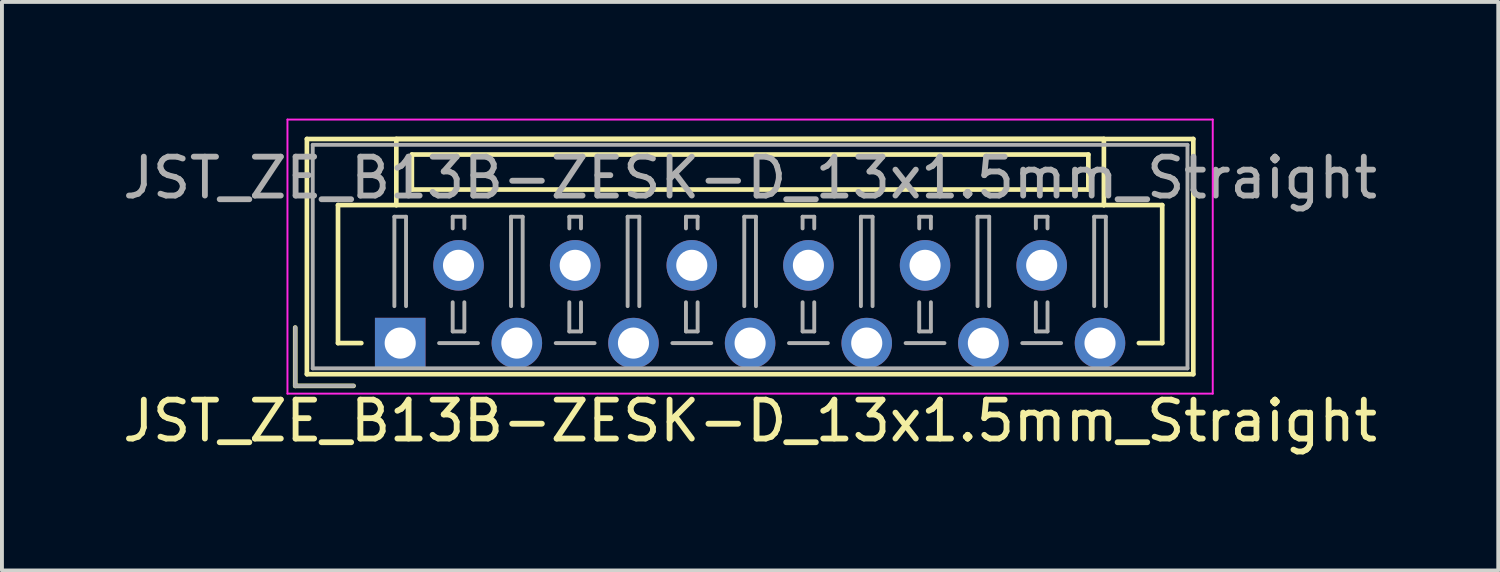
<source format=kicad_pcb>
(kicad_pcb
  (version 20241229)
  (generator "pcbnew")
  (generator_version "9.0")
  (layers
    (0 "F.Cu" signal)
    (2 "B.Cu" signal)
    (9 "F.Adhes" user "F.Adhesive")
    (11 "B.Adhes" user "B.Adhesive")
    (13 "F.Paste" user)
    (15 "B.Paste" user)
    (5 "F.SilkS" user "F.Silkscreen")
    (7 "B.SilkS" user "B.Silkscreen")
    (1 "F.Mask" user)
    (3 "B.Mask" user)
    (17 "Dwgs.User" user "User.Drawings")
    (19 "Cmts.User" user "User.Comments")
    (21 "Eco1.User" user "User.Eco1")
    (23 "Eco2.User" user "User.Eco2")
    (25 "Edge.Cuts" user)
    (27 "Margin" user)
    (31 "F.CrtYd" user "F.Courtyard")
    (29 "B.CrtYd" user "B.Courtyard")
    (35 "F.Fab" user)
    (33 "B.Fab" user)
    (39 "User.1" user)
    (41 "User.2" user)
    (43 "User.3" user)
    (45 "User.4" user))
  (footprint "JST_ZE_B13B-ZESK-D_13x1.5mm_Straight"
    (layer "F.Cu")
    (at 7.244 5.775)
    (property "Reference" "JST_ZE_B13B-ZESK-D_13x1.5mm_Straight" (at 9 2 0) (layer "F.SilkS") (effects (font (size 1 1) (thickness 0.15))))
    (attr through_hole)
    (fp_line (start -2.7 -0.4) (end -2.7 1.1) (stroke (width 0.12) (type solid)) (layer "F.SilkS"))
    (fp_line (start -2.7 1.1) (end -1.2 1.1) (stroke (width 0.12) (type solid)) (layer "F.SilkS"))
    (fp_line (start -2.4 -5.25) (end -2.4 0.8) (stroke (width 0.12) (type solid)) (layer "F.SilkS"))
    (fp_line (start -2.4 0.8) (end 20.4 0.8) (stroke (width 0.12) (type solid)) (layer "F.SilkS"))
    (fp_line (start -1.6 -3.55) (end -1.6 0) (stroke (width 0.12) (type solid)) (layer "F.SilkS"))
    (fp_line (start -1.6 0) (end -1 0) (stroke (width 0.12) (type solid)) (layer "F.SilkS"))
    (fp_line (start -0.1 -5.25) (end -0.1 -3.55) (stroke (width 0.12) (type solid)) (layer "F.SilkS"))
    (fp_line (start -0.1 -3.55) (end -1.6 -3.55) (stroke (width 0.12) (type solid)) (layer "F.SilkS"))
    (fp_line (start -0.1 -3.55) (end 18.1 -3.55) (stroke (width 0.12) (type solid)) (layer "F.SilkS"))
    (fp_line (start 0.3 -4.85) (end 0.3 -3.95) (stroke (width 0.12) (type solid)) (layer "F.SilkS"))
    (fp_line (start 0.3 -3.95) (end 17.7 -3.95) (stroke (width 0.12) (type solid)) (layer "F.SilkS"))
    (fp_line (start 17.7 -4.85) (end 0.3 -4.85) (stroke (width 0.12) (type solid)) (layer "F.SilkS"))
    (fp_line (start 17.7 -3.95) (end 17.7 -4.85) (stroke (width 0.12) (type solid)) (layer "F.SilkS"))
    (fp_line (start 18.1 -5.25) (end -0.1 -5.25) (stroke (width 0.12) (type solid)) (layer "F.SilkS"))
    (fp_line (start 18.1 -3.55) (end 18.1 -5.25) (stroke (width 0.12) (type solid)) (layer "F.SilkS"))
    (fp_line (start 18.1 -3.55) (end 19.6 -3.55) (stroke (width 0.12) (type solid)) (layer "F.SilkS"))
    (fp_line (start 19.6 -3.55) (end 19.6 0) (stroke (width 0.12) (type solid)) (layer "F.SilkS"))
    (fp_line (start 19.6 0) (end 19 0) (stroke (width 0.12) (type solid)) (layer "F.SilkS"))
    (fp_line (start 20.4 -5.25) (end -2.4 -5.25) (stroke (width 0.12) (type solid)) (layer "F.SilkS"))
    (fp_line (start 20.4 0.8) (end 20.4 -5.25) (stroke (width 0.12) (type solid)) (layer "F.SilkS"))
    (fp_line (start -2.9 -5.75) (end -2.9 1.3) (stroke (width 0.05) (type solid)) (layer "F.CrtYd"))
    (fp_line (start -2.9 1.3) (end 20.9 1.3) (stroke (width 0.05) (type solid)) (layer "F.CrtYd"))
    (fp_line (start 20.9 -5.75) (end -2.9 -5.75) (stroke (width 0.05) (type solid)) (layer "F.CrtYd"))
    (fp_line (start 20.9 1.3) (end 20.9 -5.75) (stroke (width 0.05) (type solid)) (layer "F.CrtYd"))
    (fp_line (start -2.7 -0.4) (end -2.7 1.1) (stroke (width 0.1) (type solid)) (layer "F.Fab"))
    (fp_line (start -2.7 1.1) (end -1.2 1.1) (stroke (width 0.1) (type solid)) (layer "F.Fab"))
    (fp_line (start -2.25 -5.1) (end -2.25 0.65) (stroke (width 0.1) (type solid)) (layer "F.Fab"))
    (fp_line (start -2.25 0.65) (end 20.25 0.65) (stroke (width 0.1) (type solid)) (layer "F.Fab"))
    (fp_line (start -0.15 -3.25) (end 0.15 -3.25) (stroke (width 0.1) (type solid)) (layer "F.Fab"))
    (fp_line (start -0.15 -0.95) (end -0.15 -3.25) (stroke (width 0.1) (type solid)) (layer "F.Fab"))
    (fp_line (start 0.15 -3.25) (end 0.15 -0.95) (stroke (width 0.1) (type solid)) (layer "F.Fab"))
    (fp_line (start 1 0) (end 2 0) (stroke (width 0.1) (type solid)) (layer "F.Fab"))
    (fp_line (start 1.35 -3.25) (end 1.65 -3.25) (stroke (width 0.1) (type solid)) (layer "F.Fab"))
    (fp_line (start 1.35 -2.95) (end 1.35 -3.25) (stroke (width 0.1) (type solid)) (layer "F.Fab"))
    (fp_line (start 1.35 -1.05) (end 1.35 -0.3) (stroke (width 0.1) (type solid)) (layer "F.Fab"))
    (fp_line (start 1.35 -0.3) (end 1.65 -0.3) (stroke (width 0.1) (type solid)) (layer "F.Fab"))
    (fp_line (start 1.65 -3.25) (end 1.65 -2.95) (stroke (width 0.1) (type solid)) (layer "F.Fab"))
    (fp_line (start 1.65 -0.3) (end 1.65 -1.05) (stroke (width 0.1) (type solid)) (layer "F.Fab"))
    (fp_line (start 2.85 -3.25) (end 3.15 -3.25) (stroke (width 0.1) (type solid)) (layer "F.Fab"))
    (fp_line (start 2.85 -0.95) (end 2.85 -3.25) (stroke (width 0.1) (type solid)) (layer "F.Fab"))
    (fp_line (start 3.15 -3.25) (end 3.15 -0.95) (stroke (width 0.1) (type solid)) (layer "F.Fab"))
    (fp_line (start 4 0) (end 5 0) (stroke (width 0.1) (type solid)) (layer "F.Fab"))
    (fp_line (start 4.35 -3.25) (end 4.65 -3.25) (stroke (width 0.1) (type solid)) (layer "F.Fab"))
    (fp_line (start 4.35 -2.95) (end 4.35 -3.25) (stroke (width 0.1) (type solid)) (layer "F.Fab"))
    (fp_line (start 4.35 -1.05) (end 4.35 -0.3) (stroke (width 0.1) (type solid)) (layer "F.Fab"))
    (fp_line (start 4.35 -0.3) (end 4.65 -0.3) (stroke (width 0.1) (type solid)) (layer "F.Fab"))
    (fp_line (start 4.65 -3.25) (end 4.65 -2.95) (stroke (width 0.1) (type solid)) (layer "F.Fab"))
    (fp_line (start 4.65 -0.3) (end 4.65 -1.05) (stroke (width 0.1) (type solid)) (layer "F.Fab"))
    (fp_line (start 5.85 -3.25) (end 6.15 -3.25) (stroke (width 0.1) (type solid)) (layer "F.Fab"))
    (fp_line (start 5.85 -0.95) (end 5.85 -3.25) (stroke (width 0.1) (type solid)) (layer "F.Fab"))
    (fp_line (start 6.15 -3.25) (end 6.15 -0.95) (stroke (width 0.1) (type solid)) (layer "F.Fab"))
    (fp_line (start 7 0) (end 8 0) (stroke (width 0.1) (type solid)) (layer "F.Fab"))
    (fp_line (start 7.35 -3.25) (end 7.65 -3.25) (stroke (width 0.1) (type solid)) (layer "F.Fab"))
    (fp_line (start 7.35 -2.95) (end 7.35 -3.25) (stroke (width 0.1) (type solid)) (layer "F.Fab"))
    (fp_line (start 7.35 -1.05) (end 7.35 -0.3) (stroke (width 0.1) (type solid)) (layer "F.Fab"))
    (fp_line (start 7.35 -0.3) (end 7.65 -0.3) (stroke (width 0.1) (type solid)) (layer "F.Fab"))
    (fp_line (start 7.65 -3.25) (end 7.65 -2.95) (stroke (width 0.1) (type solid)) (layer "F.Fab"))
    (fp_line (start 7.65 -0.3) (end 7.65 -1.05) (stroke (width 0.1) (type solid)) (layer "F.Fab"))
    (fp_line (start 8.85 -3.25) (end 9.15 -3.25) (stroke (width 0.1) (type solid)) (layer "F.Fab"))
    (fp_line (start 8.85 -0.95) (end 8.85 -3.25) (stroke (width 0.1) (type solid)) (layer "F.Fab"))
    (fp_line (start 9.15 -3.25) (end 9.15 -0.95) (stroke (width 0.1) (type solid)) (layer "F.Fab"))
    (fp_line (start 10 0) (end 11 0) (stroke (width 0.1) (type solid)) (layer "F.Fab"))
    (fp_line (start 10.35 -3.25) (end 10.65 -3.25) (stroke (width 0.1) (type solid)) (layer "F.Fab"))
    (fp_line (start 10.35 -2.95) (end 10.35 -3.25) (stroke (width 0.1) (type solid)) (layer "F.Fab"))
    (fp_line (start 10.35 -1.05) (end 10.35 -0.3) (stroke (width 0.1) (type solid)) (layer "F.Fab"))
    (fp_line (start 10.35 -0.3) (end 10.65 -0.3) (stroke (width 0.1) (type solid)) (layer "F.Fab"))
    (fp_line (start 10.65 -3.25) (end 10.65 -2.95) (stroke (width 0.1) (type solid)) (layer "F.Fab"))
    (fp_line (start 10.65 -0.3) (end 10.65 -1.05) (stroke (width 0.1) (type solid)) (layer "F.Fab"))
    (fp_line (start 11.85 -3.25) (end 12.15 -3.25) (stroke (width 0.1) (type solid)) (layer "F.Fab"))
    (fp_line (start 11.85 -0.95) (end 11.85 -3.25) (stroke (width 0.1) (type solid)) (layer "F.Fab"))
    (fp_line (start 12.15 -3.25) (end 12.15 -0.95) (stroke (width 0.1) (type solid)) (layer "F.Fab"))
    (fp_line (start 13 0) (end 14 0) (stroke (width 0.1) (type solid)) (layer "F.Fab"))
    (fp_line (start 13.35 -3.25) (end 13.65 -3.25) (stroke (width 0.1) (type solid)) (layer "F.Fab"))
    (fp_line (start 13.35 -2.95) (end 13.35 -3.25) (stroke (width 0.1) (type solid)) (layer "F.Fab"))
    (fp_line (start 13.35 -1.05) (end 13.35 -0.3) (stroke (width 0.1) (type solid)) (layer "F.Fab"))
    (fp_line (start 13.35 -0.3) (end 13.65 -0.3) (stroke (width 0.1) (type solid)) (layer "F.Fab"))
    (fp_line (start 13.65 -3.25) (end 13.65 -2.95) (stroke (width 0.1) (type solid)) (layer "F.Fab"))
    (fp_line (start 13.65 -0.3) (end 13.65 -1.05) (stroke (width 0.1) (type solid)) (layer "F.Fab"))
    (fp_line (start 14.85 -3.25) (end 15.15 -3.25) (stroke (width 0.1) (type solid)) (layer "F.Fab"))
    (fp_line (start 14.85 -0.95) (end 14.85 -3.25) (stroke (width 0.1) (type solid)) (layer "F.Fab"))
    (fp_line (start 15.15 -3.25) (end 15.15 -0.95) (stroke (width 0.1) (type solid)) (layer "F.Fab"))
    (fp_line (start 16 0) (end 17 0) (stroke (width 0.1) (type solid)) (layer "F.Fab"))
    (fp_line (start 16.35 -3.25) (end 16.65 -3.25) (stroke (width 0.1) (type solid)) (layer "F.Fab"))
    (fp_line (start 16.35 -2.95) (end 16.35 -3.25) (stroke (width 0.1) (type solid)) (layer "F.Fab"))
    (fp_line (start 16.35 -1.05) (end 16.35 -0.3) (stroke (width 0.1) (type solid)) (layer "F.Fab"))
    (fp_line (start 16.35 -0.3) (end 16.65 -0.3) (stroke (width 0.1) (type solid)) (layer "F.Fab"))
    (fp_line (start 16.65 -3.25) (end 16.65 -2.95) (stroke (width 0.1) (type solid)) (layer "F.Fab"))
    (fp_line (start 16.65 -0.3) (end 16.65 -1.05) (stroke (width 0.1) (type solid)) (layer "F.Fab"))
    (fp_line (start 17.85 -3.25) (end 18.15 -3.25) (stroke (width 0.1) (type solid)) (layer "F.Fab"))
    (fp_line (start 17.85 -0.95) (end 17.85 -3.25) (stroke (width 0.1) (type solid)) (layer "F.Fab"))
    (fp_line (start 18.15 -3.25) (end 18.15 -0.95) (stroke (width 0.1) (type solid)) (layer "F.Fab"))
    (fp_line (start 20.25 -5.1) (end -2.25 -5.1) (stroke (width 0.1) (type solid)) (layer "F.Fab"))
    (fp_line (start 20.25 0.65) (end 20.25 -5.1) (stroke (width 0.1) (type solid)) (layer "F.Fab"))
    (fp_text user "${REFERENCE}" (at 9 -4.25 0) (layer "F.Fab") (effects (font (size 1 1) (thickness 0.15))))
    (pad "1" thru_hole rect (at 0 0) (size 1.3 1.3) (drill 0.8) (layers "*.Cu" "*.Mask"))
    (pad "2" thru_hole circle (at 1.5 -2) (size 1.3 1.3) (drill 0.8) (layers "*.Cu" "*.Mask"))
    (pad "3" thru_hole circle (at 3 0) (size 1.3 1.3) (drill 0.8) (layers "*.Cu" "*.Mask"))
    (pad "4" thru_hole circle (at 4.5 -2) (size 1.3 1.3) (drill 0.8) (layers "*.Cu" "*.Mask"))
    (pad "5" thru_hole circle (at 6 0) (size 1.3 1.3) (drill 0.8) (layers "*.Cu" "*.Mask"))
    (pad "6" thru_hole circle (at 7.5 -2) (size 1.3 1.3) (drill 0.8) (layers "*.Cu" "*.Mask"))
    (pad "7" thru_hole circle (at 9 0) (size 1.3 1.3) (drill 0.8) (layers "*.Cu" "*.Mask"))
    (pad "8" thru_hole circle (at 10.5 -2) (size 1.3 1.3) (drill 0.8) (layers "*.Cu" "*.Mask"))
    (pad "9" thru_hole circle (at 12 0) (size 1.3 1.3) (drill 0.8) (layers "*.Cu" "*.Mask"))
    (pad "10" thru_hole circle (at 13.5 -2) (size 1.3 1.3) (drill 0.8) (layers "*.Cu" "*.Mask"))
    (pad "11" thru_hole circle (at 15 0) (size 1.3 1.3) (drill 0.8) (layers "*.Cu" "*.Mask"))
    (pad "12" thru_hole circle (at 16.5 -2) (size 1.3 1.3) (drill 0.8) (layers "*.Cu" "*.Mask"))
    (pad "13" thru_hole circle (at 18 0) (size 1.3 1.3) (drill 0.8) (layers "*.Cu" "*.Mask")))
  (gr_rect
    (start -3 -3)
    (end 35.488 11.623)
    (stroke (width 0.1) (type default))
    (fill no)
    (layer "Edge.Cuts")))
</source>
